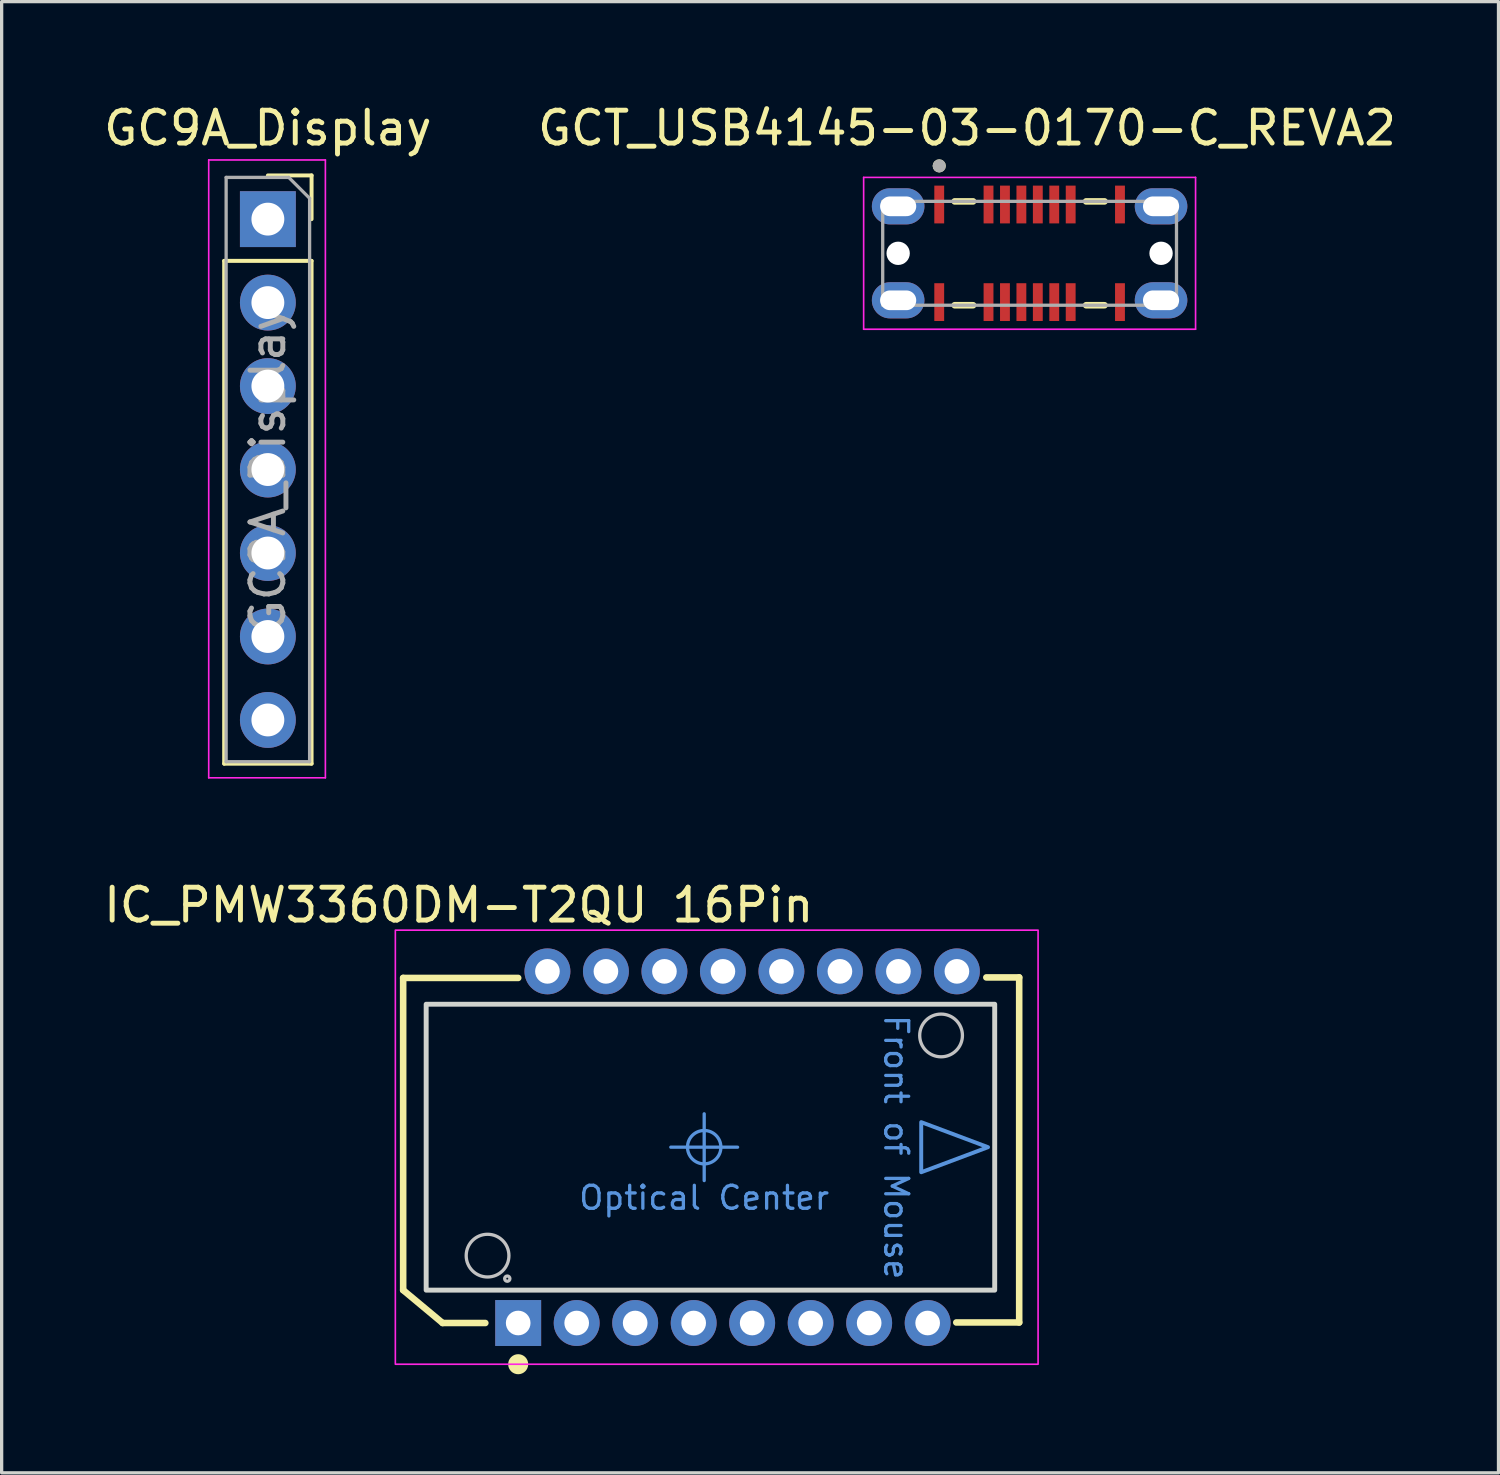
<source format=kicad_pcb>
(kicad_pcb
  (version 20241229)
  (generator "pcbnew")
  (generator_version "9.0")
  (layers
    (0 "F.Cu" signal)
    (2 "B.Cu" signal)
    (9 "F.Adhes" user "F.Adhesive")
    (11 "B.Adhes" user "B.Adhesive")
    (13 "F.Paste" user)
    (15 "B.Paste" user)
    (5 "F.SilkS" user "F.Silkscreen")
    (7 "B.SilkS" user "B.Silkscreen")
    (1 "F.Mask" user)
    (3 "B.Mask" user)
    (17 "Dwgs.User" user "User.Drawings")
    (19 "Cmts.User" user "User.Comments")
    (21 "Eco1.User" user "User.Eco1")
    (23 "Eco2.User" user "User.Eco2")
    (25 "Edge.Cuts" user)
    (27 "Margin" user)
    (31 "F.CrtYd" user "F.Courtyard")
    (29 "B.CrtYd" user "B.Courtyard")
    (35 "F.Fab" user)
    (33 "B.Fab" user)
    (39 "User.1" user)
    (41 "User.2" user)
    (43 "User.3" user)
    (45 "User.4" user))
  (footprint "GC9A_Display"
    (layer "F.Cu")
    (at 5.101 3.618)
    (property "Reference" "GC9A_Display" (at 0 -2.77 0) (layer "F.SilkS") (effects (font (size 1 1) (thickness 0.15))))
    (attr through_hole)
    (fp_line (start -1.33 1.27) (end -1.33 16.57) (stroke (width 0.12) (type solid)) (layer "F.SilkS"))
    (fp_line (start -1.33 1.27) (end 1.33 1.27) (stroke (width 0.12) (type solid)) (layer "F.SilkS"))
    (fp_line (start -1.33 16.57) (end 1.33 16.57) (stroke (width 0.12) (type solid)) (layer "F.SilkS"))
    (fp_line (start 0 -1.33) (end 1.33 -1.33) (stroke (width 0.12) (type solid)) (layer "F.SilkS"))
    (fp_line (start 1.33 -1.33) (end 1.33 0) (stroke (width 0.12) (type solid)) (layer "F.SilkS"))
    (fp_line (start 1.33 1.27) (end 1.33 16.57) (stroke (width 0.12) (type solid)) (layer "F.SilkS"))
    (fp_line (start -1.8 -1.8) (end 1.75 -1.8) (stroke (width 0.05) (type solid)) (layer "F.CrtYd"))
    (fp_line (start -1.8 17) (end -1.8 -1.8) (stroke (width 0.05) (type solid)) (layer "F.CrtYd"))
    (fp_line (start 1.75 -1.8) (end 1.75 17) (stroke (width 0.05) (type solid)) (layer "F.CrtYd"))
    (fp_line (start 1.75 17) (end -1.8 17) (stroke (width 0.05) (type solid)) (layer "F.CrtYd"))
    (fp_line (start -1.27 -1.27) (end 0.635 -1.27) (stroke (width 0.1) (type solid)) (layer "F.Fab"))
    (fp_line (start -1.27 16.51) (end -1.27 -1.27) (stroke (width 0.1) (type solid)) (layer "F.Fab"))
    (fp_line (start 0.635 -1.27) (end 1.27 -0.635) (stroke (width 0.1) (type solid)) (layer "F.Fab"))
    (fp_line (start 1.27 -0.635) (end 1.27 16.51) (stroke (width 0.1) (type solid)) (layer "F.Fab"))
    (fp_line (start 1.27 16.51) (end -1.27 16.51) (stroke (width 0.1) (type solid)) (layer "F.Fab"))
    (fp_text user "${REFERENCE}" (at 0 7.62 90) (layer "F.Fab") (effects (font (size 1 1) (thickness 0.15))))
    (pad "1" thru_hole rect (at 0 0) (size 1.7 1.7) (drill 1) (layers "*.Cu" "*.Mask"))
    (pad "2" thru_hole oval (at 0 2.54) (size 1.7 1.7) (drill 1) (layers "*.Cu" "*.Mask"))
    (pad "3" thru_hole oval (at 0 5.08) (size 1.7 1.7) (drill 1) (layers "*.Cu" "*.Mask"))
    (pad "4" thru_hole oval (at 0 7.62) (size 1.7 1.7) (drill 1) (layers "*.Cu" "*.Mask"))
    (pad "5" thru_hole oval (at 0 10.16) (size 1.7 1.7) (drill 1) (layers "*.Cu" "*.Mask"))
    (pad "6" thru_hole oval (at 0 12.7) (size 1.7 1.7) (drill 1) (layers "*.Cu" "*.Mask"))
    (pad "7" thru_hole oval (at 0 15.24) (size 1.7 1.7) (drill 1) (layers "*.Cu" "*.Mask")))
  (footprint "GCT_USB4145-03-0170-C_REVA2"
    (layer "F.Cu")
    (at 28.28 4.658)
    (property "Reference" "GCT_USB4145-03-0170-C_REVA2" (at -1.905 -3.81 0) (layer "F.SilkS") (effects (font (size 1 1) (thickness 0.15))))
    (attr smd)
    (fp_line (start -2.28 -1.58) (end -1.72 -1.58) (stroke (width 0.2) (type solid)) (layer "F.SilkS"))
    (fp_line (start -2.28 1.58) (end -1.72 1.58) (stroke (width 0.2) (type solid)) (layer "F.SilkS"))
    (fp_line (start 1.72 -1.58) (end 2.28 -1.58) (stroke (width 0.2) (type solid)) (layer "F.SilkS"))
    (fp_line (start 1.72 1.58) (end 2.28 1.58) (stroke (width 0.2) (type solid)) (layer "F.SilkS"))
    (fp_circle (center -2.75 -2.66) (end -2.65 -2.66) (stroke (width 0.2) (type solid)) (fill no) (layer "F.SilkS"))
    (fp_line (start -5.05 -2.31) (end -5.05 2.31) (stroke (width 0.05) (type solid)) (layer "F.CrtYd"))
    (fp_line (start -5.05 2.31) (end 5.05 2.31) (stroke (width 0.05) (type solid)) (layer "F.CrtYd"))
    (fp_line (start 5.05 -2.31) (end -5.05 -2.31) (stroke (width 0.05) (type solid)) (layer "F.CrtYd"))
    (fp_line (start 5.05 2.31) (end 5.05 -2.31) (stroke (width 0.05) (type solid)) (layer "F.CrtYd"))
    (fp_line (start -4.47 -1.58) (end 4.47 -1.58) (stroke (width 0.1) (type solid)) (layer "F.Fab"))
    (fp_line (start -4.47 1.58) (end -4.47 -1.58) (stroke (width 0.1) (type solid)) (layer "F.Fab"))
    (fp_line (start 4.47 -1.58) (end 4.47 1.58) (stroke (width 0.1) (type solid)) (layer "F.Fab"))
    (fp_line (start 4.47 1.58) (end -4.47 1.58) (stroke (width 0.1) (type solid)) (layer "F.Fab"))
    (fp_circle (center -2.75 -2.66) (end -2.65 -2.66) (stroke (width 0.2) (type solid)) (fill no) (layer "F.Fab"))
    (pad "" np_thru_hole circle (at -4 0) (size 0.71 0.71) (drill 0.71) (layers "*.Cu" "*.Mask"))
    (pad "" np_thru_hole circle (at 4 0) (size 0.71 0.71) (drill 0.71) (layers "*.Cu" "*.Mask"))
    (pad "A1" smd rect (at -2.75 -1.485) (size 0.3 1.15) (layers "F.Cu" "F.Mask" "F.Paste"))
    (pad "A4" smd rect (at -1.25 -1.485) (size 0.3 1.15) (layers "F.Cu" "F.Mask" "F.Paste"))
    (pad "A5" smd rect (at -0.75 -1.485) (size 0.3 1.15) (layers "F.Cu" "F.Mask" "F.Paste"))
    (pad "A6" smd rect (at -0.25 -1.485) (size 0.3 1.15) (layers "F.Cu" "F.Mask" "F.Paste"))
    (pad "A7" smd rect (at 0.25 -1.485) (size 0.3 1.15) (layers "F.Cu" "F.Mask" "F.Paste"))
    (pad "A8" smd rect (at 0.75 -1.485) (size 0.3 1.15) (layers "F.Cu" "F.Mask" "F.Paste"))
    (pad "A9" smd rect (at 1.25 -1.485) (size 0.3 1.15) (layers "F.Cu" "F.Mask" "F.Paste"))
    (pad "A12" smd rect (at 2.75 -1.485) (size 0.3 1.15) (layers "F.Cu" "F.Mask" "F.Paste"))
    (pad "B1" smd rect (at 2.75 1.485) (size 0.3 1.15) (layers "F.Cu" "F.Mask" "F.Paste"))
    (pad "B4" smd rect (at 1.25 1.485) (size 0.3 1.15) (layers "F.Cu" "F.Mask" "F.Paste"))
    (pad "B5" smd rect (at 0.75 1.485) (size 0.3 1.15) (layers "F.Cu" "F.Mask" "F.Paste"))
    (pad "B6" smd rect (at 0.25 1.485) (size 0.3 1.15) (layers "F.Cu" "F.Mask" "F.Paste"))
    (pad "B7" smd rect (at -0.25 1.485) (size 0.3 1.15) (layers "F.Cu" "F.Mask" "F.Paste"))
    (pad "B8" smd rect (at -0.75 1.485) (size 0.3 1.15) (layers "F.Cu" "F.Mask" "F.Paste"))
    (pad "B9" smd rect (at -1.25 1.485) (size 0.3 1.15) (layers "F.Cu" "F.Mask" "F.Paste"))
    (pad "B12" smd rect (at -2.75 1.485) (size 0.3 1.15) (layers "F.Cu" "F.Mask" "F.Paste"))
    (pad "S1" thru_hole oval (at -4 -1.43) (size 1.6 1.1) (drill oval 1.1 0.6) (layers "*.Cu" "*.Mask"))
    (pad "S2" thru_hole oval (at 4 -1.43) (size 1.6 1.1) (drill oval 1.1 0.6) (layers "*.Cu" "*.Mask"))
    (pad "S3" thru_hole oval (at -4 1.43) (size 1.6 1.1) (drill oval 1.1 0.6) (layers "*.Cu" "*.Mask"))
    (pad "S4" thru_hole oval (at 4 1.43) (size 1.6 1.1) (drill oval 1.1 0.6) (layers "*.Cu" "*.Mask")))
  (footprint "IC_PMW3360DM-T2QU 16Pin"
    (layer "F.Cu")
    (at 18.886 31.858)
    (property "Reference" "IC_PMW3360DM-T2QU 16Pin" (at -7.976 -7.366 0) (layer "F.SilkS") (effects (font (size 1 1) (thickness 0.15))))
    (attr through_hole)
    (fp_line (start -9.668 -5.15) (end -6.168 -5.15) (stroke (width 0.2) (type solid)) (layer "F.SilkS"))
    (fp_line (start -9.668 4.35) (end -9.668 -5.15) (stroke (width 0.2) (type solid)) (layer "F.SilkS"))
    (fp_line (start -8.468 5.35) (end -9.668 4.35) (stroke (width 0.2) (type solid)) (layer "F.SilkS"))
    (fp_line (start -7.168 5.35) (end -8.468 5.35) (stroke (width 0.2) (type solid)) (layer "F.SilkS"))
    (fp_line (start 9.077 -5.166) (end 8.077 -5.166) (stroke (width 0.2) (type solid)) (layer "F.SilkS"))
    (fp_line (start 9.077 -5.166) (end 9.077 5.334) (stroke (width 0.2) (type solid)) (layer "F.SilkS"))
    (fp_line (start 9.077 5.334) (end 7.163 5.334) (stroke (width 0.2) (type solid)) (layer "F.SilkS"))
    (fp_circle (center -6.168 6.604) (end -6.168 6.604) (stroke (width 0.61) (type solid)) (fill yes) (layer "F.SilkS"))
    (fp_circle (center -7.1 3.3) (end -6.45 3.3) (stroke (width 0.1) (type default)) (fill no) (layer "Dwgs.User"))
    (fp_circle (center -6.5 4) (end -6.42 4) (stroke (width 0.1) (type solid)) (fill no) (layer "Dwgs.User"))
    (fp_circle (center 6.7 -3.4) (end 7.35 -3.4) (stroke (width 0.1) (type default)) (fill no) (layer "Dwgs.User"))
    (fp_line (start -1.524 0) (end 0.508 0) (stroke (width 0.1) (type solid)) (layer "Cmts.User"))
    (fp_line (start -0.508 -1.016) (end -0.508 1.016) (stroke (width 0.1) (type solid)) (layer "Cmts.User"))
    (fp_circle (center -0.508 0) (end 0 0) (stroke (width 0.1) (type solid)) (fill no) (layer "Cmts.User"))
    (fp_poly (pts (xy 8.128 0) (xy 6.096 0.762) (xy 6.096 -0.762)) (stroke (width 0.12) (type solid)) (fill no) (layer "Cmts.User"))
    (fp_rect (start -8.968 4.35) (end 8.332 -4.35) (stroke (width 0.15) (type solid)) (fill no) (layer "Edge.Cuts"))
    (fp_rect (start -9.906 -6.604) (end 9.652 6.604) (stroke (width 0.05) (type solid)) (fill no) (layer "F.CrtYd"))
    (fp_text user "Front of Mouse" (at 5.334 0 270) (unlocked yes) (layer "Cmts.User") (effects (font (size 0.7 0.7) (thickness 0.1))))
    (fp_text user "Optical Center" (at -0.508 1.54 0) (unlocked yes) (layer "Cmts.User") (effects (font (size 0.7 0.7) (thickness 0.1))))
    (pad "1" thru_hole rect (at -6.168 5.35) (size 1.397 1.397) (drill 0.75) (layers "*.Cu" "*.Mask"))
    (pad "2" thru_hole oval (at -4.388 5.35) (size 1.397 1.397) (drill 0.75) (layers "*.Cu" "*.Mask"))
    (pad "3" thru_hole oval (at -2.608 5.35) (size 1.397 1.397) (drill 0.75) (layers "*.Cu" "*.Mask"))
    (pad "4" thru_hole oval (at -0.828 5.35) (size 1.397 1.397) (drill 0.75) (layers "*.Cu" "*.Mask"))
    (pad "5" thru_hole oval (at 0.952 5.35) (size 1.397 1.397) (drill 0.75) (layers "*.Cu" "*.Mask"))
    (pad "6" thru_hole oval (at 2.732 5.35) (size 1.397 1.397) (drill 0.75) (layers "*.Cu" "*.Mask"))
    (pad "7" thru_hole oval (at 4.512 5.35) (size 1.397 1.397) (drill 0.75) (layers "*.Cu" "*.Mask"))
    (pad "8" thru_hole oval (at 6.292 5.35) (size 1.397 1.397) (drill 0.75) (layers "*.Cu" "*.Mask"))
    (pad "9" thru_hole oval (at 7.182 -5.35) (size 1.397 1.397) (drill 0.75) (layers "*.Cu" "*.Mask"))
    (pad "10" thru_hole oval (at 5.402 -5.35) (size 1.397 1.397) (drill 0.75) (layers "*.Cu" "*.Mask"))
    (pad "11" thru_hole oval (at 3.622 -5.35) (size 1.397 1.397) (drill 0.75) (layers "*.Cu" "*.Mask"))
    (pad "12" thru_hole oval (at 1.842 -5.35) (size 1.397 1.397) (drill 0.75) (layers "*.Cu" "*.Mask"))
    (pad "13" thru_hole oval (at 0.062 -5.35) (size 1.397 1.397) (drill 0.75) (layers "*.Cu" "*.Mask"))
    (pad "14" thru_hole oval (at -1.718 -5.35) (size 1.397 1.397) (drill 0.75) (layers "*.Cu" "*.Mask"))
    (pad "15" thru_hole oval (at -3.498 -5.35) (size 1.397 1.397) (drill 0.75) (layers "*.Cu" "*.Mask"))
    (pad "16" thru_hole oval (at -5.278 -5.35) (size 1.397 1.397) (drill 0.75) (layers "*.Cu" "*.Mask"))
    (zone (net_name "") (layers "F.Cu" "B.Cu" "F.CrtYd") (hatch edge 0.508) (connect_pads) (min_thickness 0.254) (filled_areas_thickness no) (keepout (tracks not_allowed) (vias not_allowed) (pads not_allowed) (copperpour not_allowed) (footprints not_allowed)) (placement (enabled no)) (fill) (polygon (pts (xy 27.218 36.226) (xy 9.895 36.175) (xy 9.895 27.489) (xy 27.218 27.489)))))
  (gr_rect
    (start -3 -3)
    (end 42.548 41.767)
    (stroke (width 0.1) (type default))
    (fill no)
    (layer "Edge.Cuts")))
</source>
